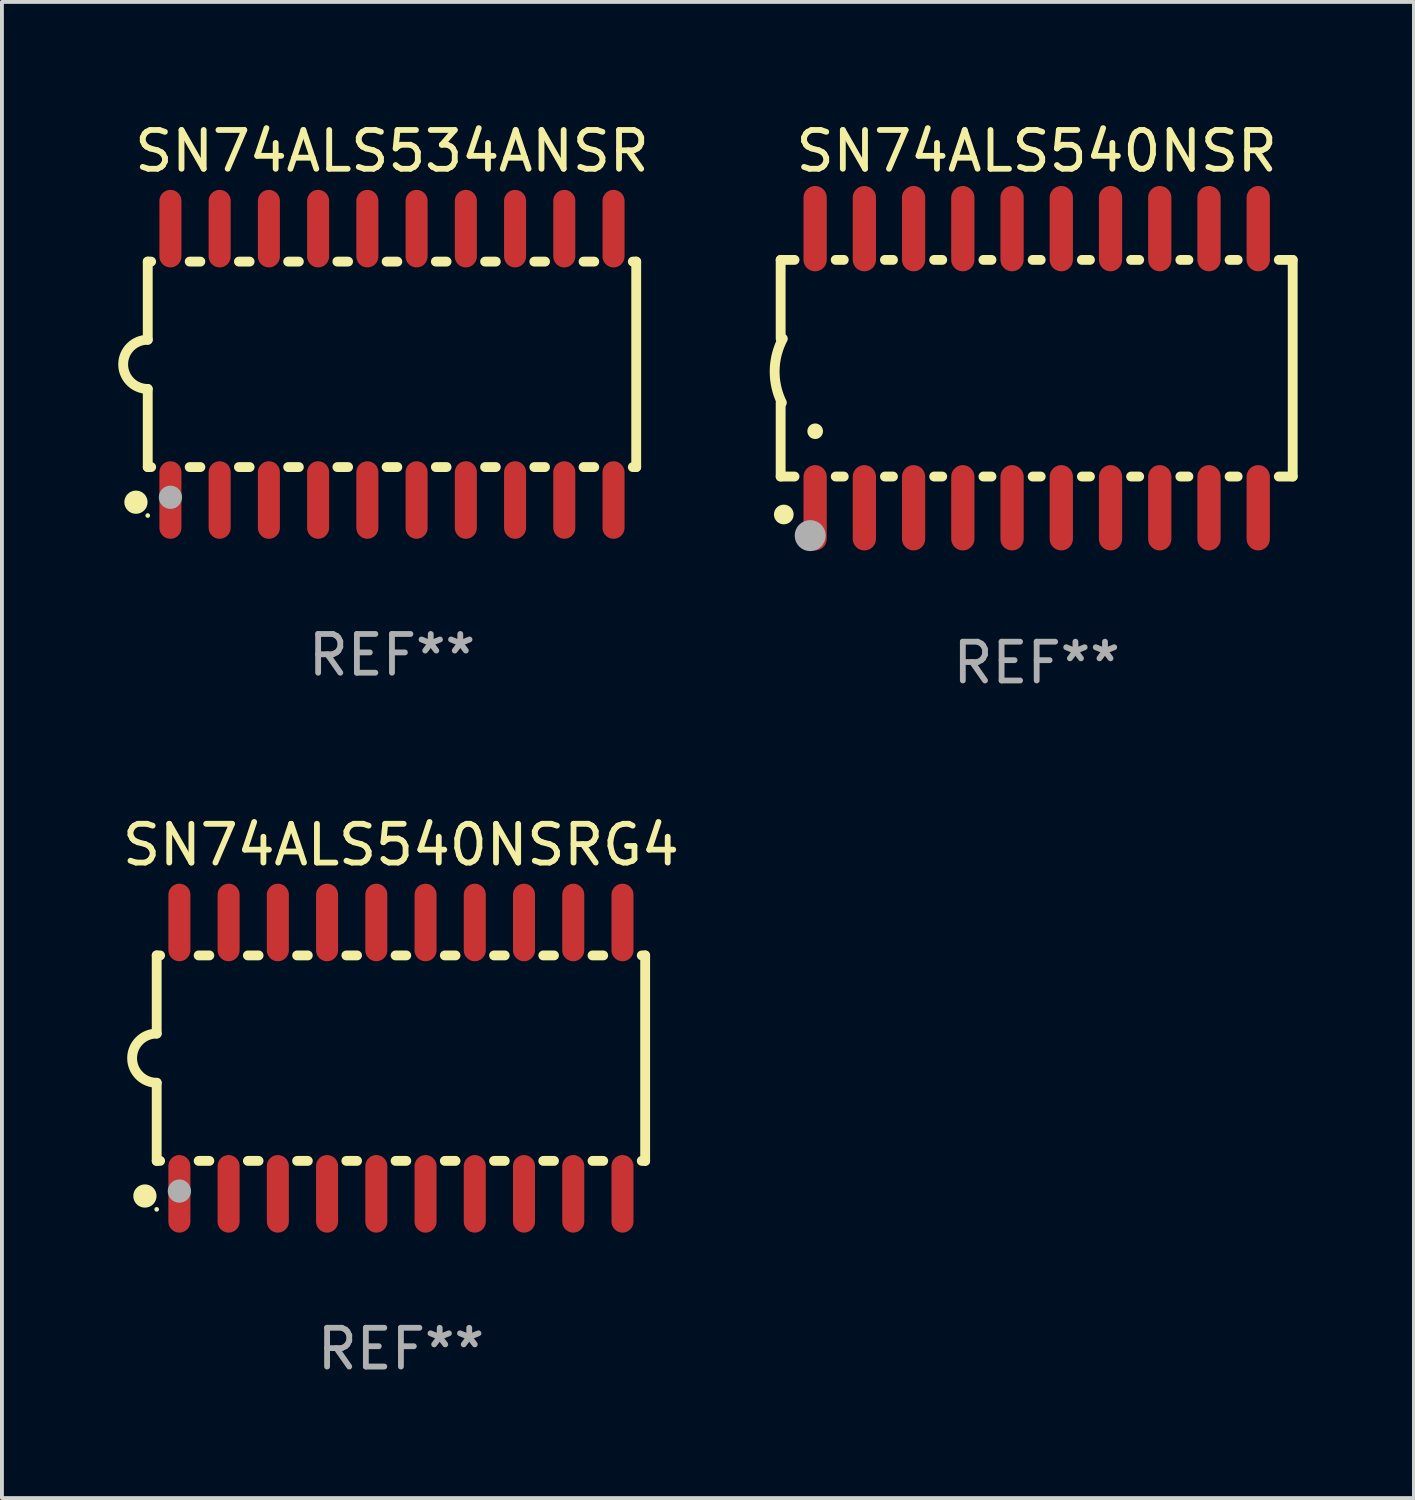
<source format=kicad_pcb>
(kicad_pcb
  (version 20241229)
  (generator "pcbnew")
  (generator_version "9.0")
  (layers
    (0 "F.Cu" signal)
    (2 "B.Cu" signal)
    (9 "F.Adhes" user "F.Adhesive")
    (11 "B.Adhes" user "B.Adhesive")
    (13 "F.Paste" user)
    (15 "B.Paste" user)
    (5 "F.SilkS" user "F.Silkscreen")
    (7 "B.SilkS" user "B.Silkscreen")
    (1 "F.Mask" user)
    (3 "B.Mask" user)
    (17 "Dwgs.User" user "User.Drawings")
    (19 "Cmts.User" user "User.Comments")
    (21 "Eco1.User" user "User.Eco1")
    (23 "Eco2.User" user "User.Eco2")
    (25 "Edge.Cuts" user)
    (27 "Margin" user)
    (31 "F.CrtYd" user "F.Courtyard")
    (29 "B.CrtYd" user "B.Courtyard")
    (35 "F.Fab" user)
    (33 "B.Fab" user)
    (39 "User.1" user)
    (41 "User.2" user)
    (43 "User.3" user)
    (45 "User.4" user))
  (footprint "SN74ALS540NSRG4"
    (layer "F.Cu")
    (at 7.292 24.245)
    (property "Reference" "SN74ALS540NSRG4" (at 0 -5.5 0) (layer "F.SilkS") (effects (font (size 1 1) (thickness 0.15))))
    (attr through_hole)
    (fp_line (start -6.3 -2.65) (end -6.3 -0.635) (stroke (width 0.254) (type solid)) (layer "F.SilkS"))
    (fp_line (start -6.3 -2.65) (end -6.212 -2.65) (stroke (width 0.254) (type solid)) (layer "F.SilkS"))
    (fp_line (start -6.3 2.65) (end -6.3 0.635) (stroke (width 0.254) (type solid)) (layer "F.SilkS"))
    (fp_line (start -6.3 2.65) (end -6.212 2.65) (stroke (width 0.254) (type solid)) (layer "F.SilkS"))
    (fp_line (start -5.218 -2.65) (end -4.942 -2.65) (stroke (width 0.254) (type solid)) (layer "F.SilkS"))
    (fp_line (start -5.218 2.65) (end -4.942 2.65) (stroke (width 0.254) (type solid)) (layer "F.SilkS"))
    (fp_line (start -3.948 -2.65) (end -3.672 -2.65) (stroke (width 0.254) (type solid)) (layer "F.SilkS"))
    (fp_line (start -3.948 2.65) (end -3.672 2.65) (stroke (width 0.254) (type solid)) (layer "F.SilkS"))
    (fp_line (start -2.678 -2.65) (end -2.402 -2.65) (stroke (width 0.254) (type solid)) (layer "F.SilkS"))
    (fp_line (start -2.678 2.65) (end -2.402 2.65) (stroke (width 0.254) (type solid)) (layer "F.SilkS"))
    (fp_line (start -1.408 -2.65) (end -1.132 -2.65) (stroke (width 0.254) (type solid)) (layer "F.SilkS"))
    (fp_line (start -1.408 2.65) (end -1.132 2.65) (stroke (width 0.254) (type solid)) (layer "F.SilkS"))
    (fp_line (start -0.138 -2.65) (end 0.138 -2.65) (stroke (width 0.254) (type solid)) (layer "F.SilkS"))
    (fp_line (start -0.138 2.65) (end 0.138 2.65) (stroke (width 0.254) (type solid)) (layer "F.SilkS"))
    (fp_line (start 1.132 -2.65) (end 1.408 -2.65) (stroke (width 0.254) (type solid)) (layer "F.SilkS"))
    (fp_line (start 1.132 2.65) (end 1.408 2.65) (stroke (width 0.254) (type solid)) (layer "F.SilkS"))
    (fp_line (start 2.402 -2.65) (end 2.678 -2.65) (stroke (width 0.254) (type solid)) (layer "F.SilkS"))
    (fp_line (start 2.402 2.65) (end 2.678 2.65) (stroke (width 0.254) (type solid)) (layer "F.SilkS"))
    (fp_line (start 3.672 -2.65) (end 3.948 -2.65) (stroke (width 0.254) (type solid)) (layer "F.SilkS"))
    (fp_line (start 3.672 2.65) (end 3.948 2.65) (stroke (width 0.254) (type solid)) (layer "F.SilkS"))
    (fp_line (start 4.942 -2.65) (end 5.218 -2.65) (stroke (width 0.254) (type solid)) (layer "F.SilkS"))
    (fp_line (start 4.942 2.65) (end 5.218 2.65) (stroke (width 0.254) (type solid)) (layer "F.SilkS"))
    (fp_line (start 6.212 -2.65) (end 6.3 -2.65) (stroke (width 0.254) (type solid)) (layer "F.SilkS"))
    (fp_line (start 6.212 2.65) (end 6.3 2.65) (stroke (width 0.254) (type solid)) (layer "F.SilkS"))
    (fp_line (start 6.3 -2.65) (end 6.3 2.65) (stroke (width 0.254) (type solid)) (layer "F.SilkS"))
    (fp_arc (start -6.299975 0.634874) (mid -6.933579 0.000127) (end -6.299213 -0.633858) (stroke (width 0.254001) (type solid)) (layer "F.SilkS"))
    (fp_circle (center -6.604 3.556) (end -6.454 3.556) (stroke (width 0.3) (type solid)) (fill no) (layer "F.SilkS"))
    (fp_circle (center -6.3 3.9) (end -6.27 3.9) (stroke (width 0.06) (type solid)) (fill no) (layer "F.SilkS"))
    (fp_circle (center -5.715 3.429) (end -5.565 3.429) (stroke (width 0.3) (type solid)) (fill no) (layer "F.Fab"))
    (fp_text user "REF**" (at 0 7.5 0) (layer "F.Fab") (effects (font (size 1 1) (thickness 0.15))))
    (pad "1" smd oval (at -5.715 3.5) (size 0.568 2) (layers "F.Cu" "F.Mask" "F.Paste"))
    (pad "2" smd oval (at -4.445 3.5) (size 0.568 2) (layers "F.Cu" "F.Mask" "F.Paste"))
    (pad "3" smd oval (at -3.175 3.5) (size 0.568 2) (layers "F.Cu" "F.Mask" "F.Paste"))
    (pad "4" smd oval (at -1.905 3.5) (size 0.568 2) (layers "F.Cu" "F.Mask" "F.Paste"))
    (pad "5" smd oval (at -0.635 3.5) (size 0.568 2) (layers "F.Cu" "F.Mask" "F.Paste"))
    (pad "6" smd oval (at 0.635 3.5) (size 0.568 2) (layers "F.Cu" "F.Mask" "F.Paste"))
    (pad "7" smd oval (at 1.905 3.5) (size 0.568 2) (layers "F.Cu" "F.Mask" "F.Paste"))
    (pad "8" smd oval (at 3.175 3.5) (size 0.568 2) (layers "F.Cu" "F.Mask" "F.Paste"))
    (pad "9" smd oval (at 4.445 3.5) (size 0.568 2) (layers "F.Cu" "F.Mask" "F.Paste"))
    (pad "10" smd oval (at 5.715 3.5) (size 0.568 2) (layers "F.Cu" "F.Mask" "F.Paste"))
    (pad "11" smd oval (at 5.715 -3.5) (size 0.568 2) (layers "F.Cu" "F.Mask" "F.Paste"))
    (pad "12" smd oval (at 4.445 -3.5) (size 0.568 2) (layers "F.Cu" "F.Mask" "F.Paste"))
    (pad "13" smd oval (at 3.175 -3.5) (size 0.568 2) (layers "F.Cu" "F.Mask" "F.Paste"))
    (pad "14" smd oval (at 1.905 -3.5) (size 0.568 2) (layers "F.Cu" "F.Mask" "F.Paste"))
    (pad "15" smd oval (at 0.635 -3.5) (size 0.568 2) (layers "F.Cu" "F.Mask" "F.Paste"))
    (pad "16" smd oval (at -0.635 -3.5) (size 0.568 2) (layers "F.Cu" "F.Mask" "F.Paste"))
    (pad "17" smd oval (at -1.905 -3.5) (size 0.568 2) (layers "F.Cu" "F.Mask" "F.Paste"))
    (pad "18" smd oval (at -3.175 -3.5) (size 0.568 2) (layers "F.Cu" "F.Mask" "F.Paste"))
    (pad "19" smd oval (at -4.445 -3.5) (size 0.568 2) (layers "F.Cu" "F.Mask" "F.Paste"))
    (pad "20" smd oval (at -5.715 -3.5) (size 0.568 2) (layers "F.Cu" "F.Mask" "F.Paste")))
  (footprint "SN74ALS540NSR"
    (layer "F.Cu")
    (at 23.691 6.448)
    (property "Reference" "SN74ALS540NSR" (at 0 -5.6 0) (layer "F.SilkS") (effects (font (size 1 1) (thickness 0.15))))
    (attr through_hole)
    (fp_line (start -6.604 -2.794) (end -6.246 -2.794) (stroke (width 0.254) (type solid)) (layer "F.SilkS"))
    (fp_line (start -6.604 -0.762) (end -6.604 -2.794) (stroke (width 0.254) (type solid)) (layer "F.SilkS"))
    (fp_line (start -6.604 2.794) (end -6.604 0.889) (stroke (width 0.254) (type solid)) (layer "F.SilkS"))
    (fp_line (start -6.246 2.794) (end -6.604 2.794) (stroke (width 0.254) (type solid)) (layer "F.SilkS"))
    (fp_line (start -5.184 -2.794) (end -4.976 -2.794) (stroke (width 0.254) (type solid)) (layer "F.SilkS"))
    (fp_line (start -4.976 2.794) (end -5.184 2.794) (stroke (width 0.254) (type solid)) (layer "F.SilkS"))
    (fp_line (start -3.914 -2.794) (end -3.706 -2.794) (stroke (width 0.254) (type solid)) (layer "F.SilkS"))
    (fp_line (start -3.706 2.794) (end -3.914 2.794) (stroke (width 0.254) (type solid)) (layer "F.SilkS"))
    (fp_line (start -2.644 -2.794) (end -2.436 -2.794) (stroke (width 0.254) (type solid)) (layer "F.SilkS"))
    (fp_line (start -2.436 2.794) (end -2.644 2.794) (stroke (width 0.254) (type solid)) (layer "F.SilkS"))
    (fp_line (start -1.374 -2.794) (end -1.166 -2.794) (stroke (width 0.254) (type solid)) (layer "F.SilkS"))
    (fp_line (start -1.166 2.794) (end -1.374 2.794) (stroke (width 0.254) (type solid)) (layer "F.SilkS"))
    (fp_line (start -0.104 -2.794) (end 0.104 -2.794) (stroke (width 0.254) (type solid)) (layer "F.SilkS"))
    (fp_line (start 0.104 2.794) (end -0.104 2.794) (stroke (width 0.254) (type solid)) (layer "F.SilkS"))
    (fp_line (start 1.166 -2.794) (end 1.374 -2.794) (stroke (width 0.254) (type solid)) (layer "F.SilkS"))
    (fp_line (start 1.374 2.794) (end 1.166 2.794) (stroke (width 0.254) (type solid)) (layer "F.SilkS"))
    (fp_line (start 2.436 -2.794) (end 2.644 -2.794) (stroke (width 0.254) (type solid)) (layer "F.SilkS"))
    (fp_line (start 2.644 2.794) (end 2.436 2.794) (stroke (width 0.254) (type solid)) (layer "F.SilkS"))
    (fp_line (start 3.706 -2.794) (end 3.914 -2.794) (stroke (width 0.254) (type solid)) (layer "F.SilkS"))
    (fp_line (start 3.914 2.794) (end 3.706 2.794) (stroke (width 0.254) (type solid)) (layer "F.SilkS"))
    (fp_line (start 4.976 -2.794) (end 5.184 -2.794) (stroke (width 0.254) (type solid)) (layer "F.SilkS"))
    (fp_line (start 5.184 2.794) (end 4.976 2.794) (stroke (width 0.254) (type solid)) (layer "F.SilkS"))
    (fp_line (start 6.246 -2.794) (end 6.604 -2.794) (stroke (width 0.254) (type solid)) (layer "F.SilkS"))
    (fp_line (start 6.604 -2.794) (end 6.604 2.794) (stroke (width 0.254) (type solid)) (layer "F.SilkS"))
    (fp_line (start 6.604 2.794) (end 6.246 2.794) (stroke (width 0.254) (type solid)) (layer "F.SilkS"))
    (fp_arc (start -6.572821 0.889028) (mid -6.759035 0.060466) (end -6.547422 -0.761976) (stroke (width 0.254001) (type solid)) (layer "F.SilkS"))
    (fp_arc (start -6.570993 3.749047) (mid -6.569723 3.749042) (end -6.568453 3.749047) (stroke (width 0.3) (type solid)) (layer "F.SilkS"))
    (fp_arc (start -5.715011 1.625603) (mid -5.713741 1.625599) (end -5.712471 1.625603) (stroke (width 0.4) (type solid)) (layer "F.SilkS"))
    (fp_circle (center -6.523 3.773) (end -6.396 3.773) (stroke (width 0.254) (type solid)) (fill no) (layer "F.SilkS"))
    (fp_circle (center -5.842 4.318) (end -5.642 4.318) (stroke (width 0.4) (type solid)) (fill no) (layer "F.Fab"))
    (fp_text user "REF**" (at 0 7.6 0) (layer "F.Fab") (effects (font (size 1 1) (thickness 0.15))))
    (pad "1" smd oval (at -5.715 3.6) (size 0.6 2.2) (layers "F.Cu" "F.Mask" "F.Paste"))
    (pad "2" smd oval (at -4.445 3.6) (size 0.6 2.2) (layers "F.Cu" "F.Mask" "F.Paste"))
    (pad "3" smd oval (at -3.175 3.6) (size 0.6 2.2) (layers "F.Cu" "F.Mask" "F.Paste"))
    (pad "4" smd oval (at -1.905 3.6) (size 0.6 2.2) (layers "F.Cu" "F.Mask" "F.Paste"))
    (pad "5" smd oval (at -0.635 3.6) (size 0.6 2.2) (layers "F.Cu" "F.Mask" "F.Paste"))
    (pad "6" smd oval (at 0.635 3.6) (size 0.6 2.2) (layers "F.Cu" "F.Mask" "F.Paste"))
    (pad "7" smd oval (at 1.905 3.6) (size 0.6 2.2) (layers "F.Cu" "F.Mask" "F.Paste"))
    (pad "8" smd oval (at 3.175 3.6) (size 0.6 2.2) (layers "F.Cu" "F.Mask" "F.Paste"))
    (pad "9" smd oval (at 4.445 3.6) (size 0.6 2.2) (layers "F.Cu" "F.Mask" "F.Paste"))
    (pad "10" smd oval (at 5.715 3.6) (size 0.6 2.2) (layers "F.Cu" "F.Mask" "F.Paste"))
    (pad "11" smd oval (at 5.715 -3.6 180) (size 0.6 2.2) (layers "F.Cu" "F.Mask" "F.Paste"))
    (pad "12" smd oval (at 4.445 -3.6 180) (size 0.6 2.2) (layers "F.Cu" "F.Mask" "F.Paste"))
    (pad "13" smd oval (at 3.175 -3.6 180) (size 0.6 2.2) (layers "F.Cu" "F.Mask" "F.Paste"))
    (pad "14" smd oval (at 1.905 -3.6 180) (size 0.6 2.2) (layers "F.Cu" "F.Mask" "F.Paste"))
    (pad "15" smd oval (at 0.635 -3.6 180) (size 0.6 2.2) (layers "F.Cu" "F.Mask" "F.Paste"))
    (pad "16" smd oval (at -0.635 -3.6 180) (size 0.6 2.2) (layers "F.Cu" "F.Mask" "F.Paste"))
    (pad "17" smd oval (at -1.905 -3.6 180) (size 0.6 2.2) (layers "F.Cu" "F.Mask" "F.Paste"))
    (pad "18" smd oval (at -3.175 -3.6 180) (size 0.6 2.2) (layers "F.Cu" "F.Mask" "F.Paste"))
    (pad "19" smd oval (at -4.445 -3.6 180) (size 0.6 2.2) (layers "F.Cu" "F.Mask" "F.Paste"))
    (pad "20" smd oval (at -5.715 -3.6 180) (size 0.6 2.2) (layers "F.Cu" "F.Mask" "F.Paste")))
  (footprint "SN74ALS534ANSR"
    (layer "F.Cu")
    (at 7.061 6.348)
    (property "Reference" "SN74ALS534ANSR" (at 0 -5.5 0) (layer "F.SilkS") (effects (font (size 1 1) (thickness 0.15))))
    (attr through_hole)
    (fp_line (start -6.3 -2.65) (end -6.3 -0.635) (stroke (width 0.254) (type solid)) (layer "F.SilkS"))
    (fp_line (start -6.3 -2.65) (end -6.212 -2.65) (stroke (width 0.254) (type solid)) (layer "F.SilkS"))
    (fp_line (start -6.3 2.65) (end -6.3 0.635) (stroke (width 0.254) (type solid)) (layer "F.SilkS"))
    (fp_line (start -6.3 2.65) (end -6.212 2.65) (stroke (width 0.254) (type solid)) (layer "F.SilkS"))
    (fp_line (start -5.218 -2.65) (end -4.942 -2.65) (stroke (width 0.254) (type solid)) (layer "F.SilkS"))
    (fp_line (start -5.218 2.65) (end -4.942 2.65) (stroke (width 0.254) (type solid)) (layer "F.SilkS"))
    (fp_line (start -3.948 -2.65) (end -3.672 -2.65) (stroke (width 0.254) (type solid)) (layer "F.SilkS"))
    (fp_line (start -3.948 2.65) (end -3.672 2.65) (stroke (width 0.254) (type solid)) (layer "F.SilkS"))
    (fp_line (start -2.678 -2.65) (end -2.402 -2.65) (stroke (width 0.254) (type solid)) (layer "F.SilkS"))
    (fp_line (start -2.678 2.65) (end -2.402 2.65) (stroke (width 0.254) (type solid)) (layer "F.SilkS"))
    (fp_line (start -1.408 -2.65) (end -1.132 -2.65) (stroke (width 0.254) (type solid)) (layer "F.SilkS"))
    (fp_line (start -1.408 2.65) (end -1.132 2.65) (stroke (width 0.254) (type solid)) (layer "F.SilkS"))
    (fp_line (start -0.138 -2.65) (end 0.138 -2.65) (stroke (width 0.254) (type solid)) (layer "F.SilkS"))
    (fp_line (start -0.138 2.65) (end 0.138 2.65) (stroke (width 0.254) (type solid)) (layer "F.SilkS"))
    (fp_line (start 1.132 -2.65) (end 1.408 -2.65) (stroke (width 0.254) (type solid)) (layer "F.SilkS"))
    (fp_line (start 1.132 2.65) (end 1.408 2.65) (stroke (width 0.254) (type solid)) (layer "F.SilkS"))
    (fp_line (start 2.402 -2.65) (end 2.678 -2.65) (stroke (width 0.254) (type solid)) (layer "F.SilkS"))
    (fp_line (start 2.402 2.65) (end 2.678 2.65) (stroke (width 0.254) (type solid)) (layer "F.SilkS"))
    (fp_line (start 3.672 -2.65) (end 3.948 -2.65) (stroke (width 0.254) (type solid)) (layer "F.SilkS"))
    (fp_line (start 3.672 2.65) (end 3.948 2.65) (stroke (width 0.254) (type solid)) (layer "F.SilkS"))
    (fp_line (start 4.942 -2.65) (end 5.218 -2.65) (stroke (width 0.254) (type solid)) (layer "F.SilkS"))
    (fp_line (start 4.942 2.65) (end 5.218 2.65) (stroke (width 0.254) (type solid)) (layer "F.SilkS"))
    (fp_line (start 6.212 -2.65) (end 6.3 -2.65) (stroke (width 0.254) (type solid)) (layer "F.SilkS"))
    (fp_line (start 6.212 2.65) (end 6.3 2.65) (stroke (width 0.254) (type solid)) (layer "F.SilkS"))
    (fp_line (start 6.3 -2.65) (end 6.3 2.65) (stroke (width 0.254) (type solid)) (layer "F.SilkS"))
    (fp_arc (start -6.299975 0.634874) (mid -6.933579 0.000127) (end -6.299213 -0.633858) (stroke (width 0.254001) (type solid)) (layer "F.SilkS"))
    (fp_circle (center -6.604 3.556) (end -6.454 3.556) (stroke (width 0.3) (type solid)) (fill no) (layer "F.SilkS"))
    (fp_circle (center -6.3 3.9) (end -6.27 3.9) (stroke (width 0.06) (type solid)) (fill no) (layer "F.SilkS"))
    (fp_circle (center -5.715 3.429) (end -5.565 3.429) (stroke (width 0.3) (type solid)) (fill no) (layer "F.Fab"))
    (fp_text user "REF**" (at 0 7.5 0) (layer "F.Fab") (effects (font (size 1 1) (thickness 0.15))))
    (pad "1" smd oval (at -5.715 3.5) (size 0.568 2) (layers "F.Cu" "F.Mask" "F.Paste"))
    (pad "2" smd oval (at -4.445 3.5) (size 0.568 2) (layers "F.Cu" "F.Mask" "F.Paste"))
    (pad "3" smd oval (at -3.175 3.5) (size 0.568 2) (layers "F.Cu" "F.Mask" "F.Paste"))
    (pad "4" smd oval (at -1.905 3.5) (size 0.568 2) (layers "F.Cu" "F.Mask" "F.Paste"))
    (pad "5" smd oval (at -0.635 3.5) (size 0.568 2) (layers "F.Cu" "F.Mask" "F.Paste"))
    (pad "6" smd oval (at 0.635 3.5) (size 0.568 2) (layers "F.Cu" "F.Mask" "F.Paste"))
    (pad "7" smd oval (at 1.905 3.5) (size 0.568 2) (layers "F.Cu" "F.Mask" "F.Paste"))
    (pad "8" smd oval (at 3.175 3.5) (size 0.568 2) (layers "F.Cu" "F.Mask" "F.Paste"))
    (pad "9" smd oval (at 4.445 3.5) (size 0.568 2) (layers "F.Cu" "F.Mask" "F.Paste"))
    (pad "10" smd oval (at 5.715 3.5) (size 0.568 2) (layers "F.Cu" "F.Mask" "F.Paste"))
    (pad "11" smd oval (at 5.715 -3.5) (size 0.568 2) (layers "F.Cu" "F.Mask" "F.Paste"))
    (pad "12" smd oval (at 4.445 -3.5) (size 0.568 2) (layers "F.Cu" "F.Mask" "F.Paste"))
    (pad "13" smd oval (at 3.175 -3.5) (size 0.568 2) (layers "F.Cu" "F.Mask" "F.Paste"))
    (pad "14" smd oval (at 1.905 -3.5) (size 0.568 2) (layers "F.Cu" "F.Mask" "F.Paste"))
    (pad "15" smd oval (at 0.635 -3.5) (size 0.568 2) (layers "F.Cu" "F.Mask" "F.Paste"))
    (pad "16" smd oval (at -0.635 -3.5) (size 0.568 2) (layers "F.Cu" "F.Mask" "F.Paste"))
    (pad "17" smd oval (at -1.905 -3.5) (size 0.568 2) (layers "F.Cu" "F.Mask" "F.Paste"))
    (pad "18" smd oval (at -3.175 -3.5) (size 0.568 2) (layers "F.Cu" "F.Mask" "F.Paste"))
    (pad "19" smd oval (at -4.445 -3.5) (size 0.568 2) (layers "F.Cu" "F.Mask" "F.Paste"))
    (pad "20" smd oval (at -5.715 -3.5) (size 0.568 2) (layers "F.Cu" "F.Mask" "F.Paste")))
  (gr_rect
    (start -3 -3)
    (end 33.422 35.593)
    (stroke (width 0.1) (type default))
    (fill no)
    (layer "Edge.Cuts")))
</source>
